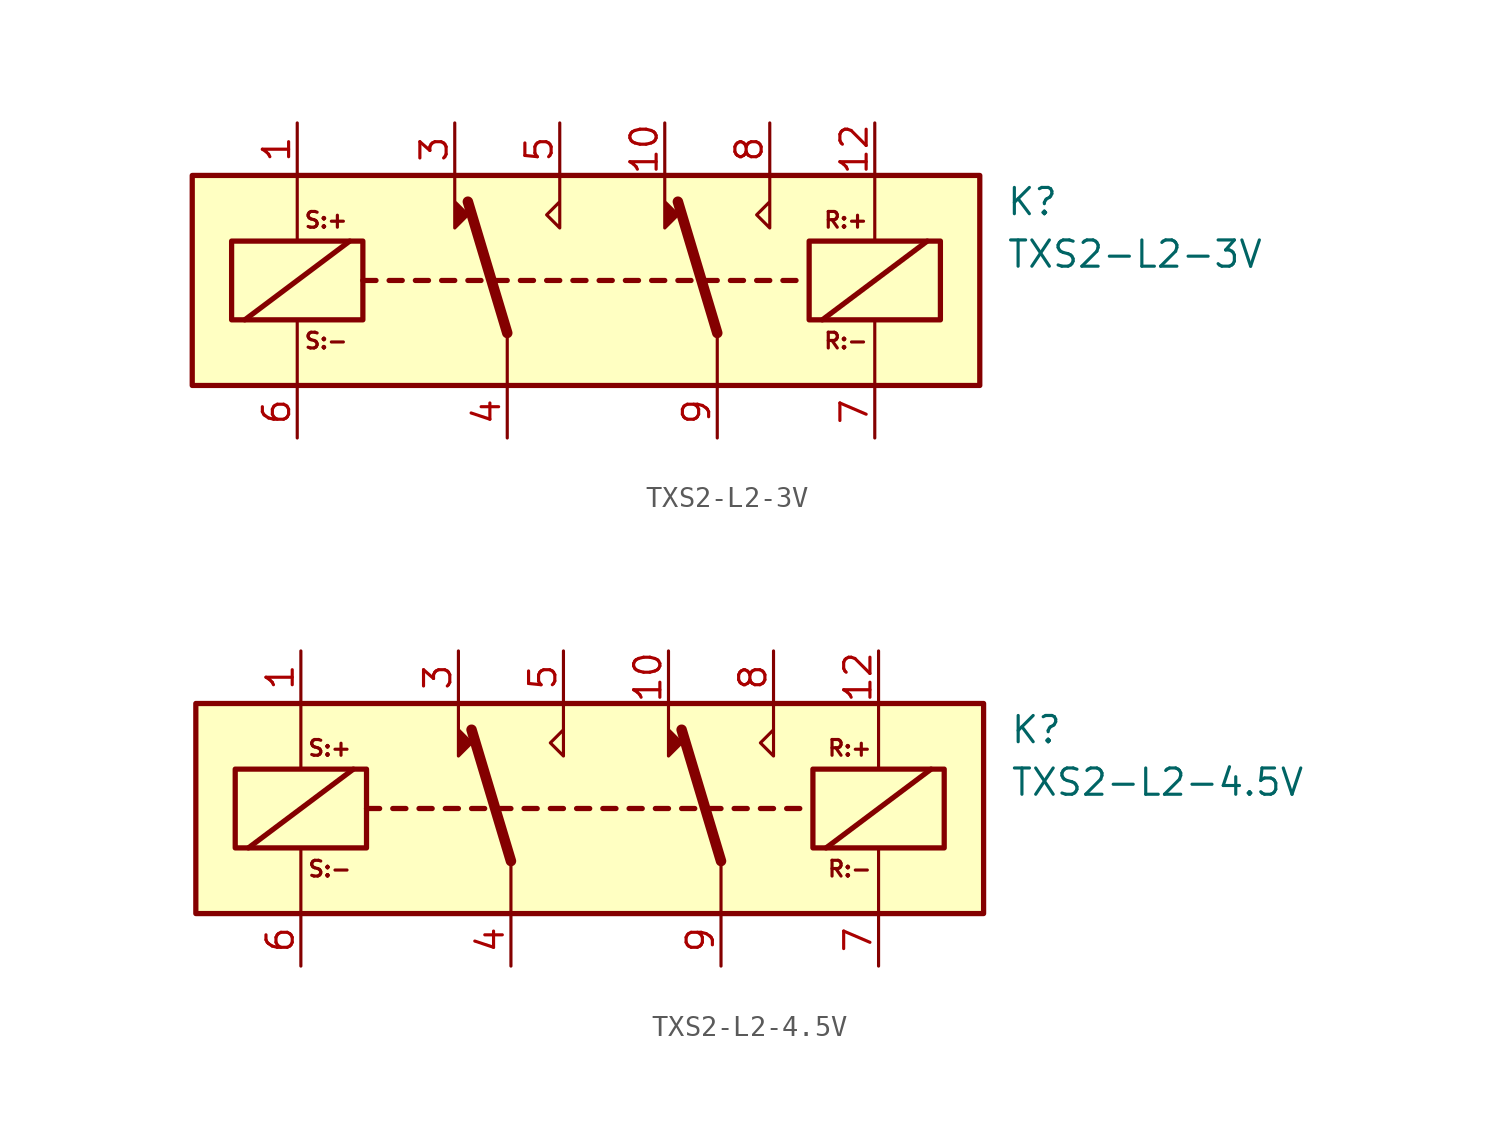
<source format=kicad_sym>
(kicad_symbol_lib
  (version 20211014)
  (generator kicad_symbol_editor)
  (symbol "TXS2-L2-3V"
    (property "Reference" "K"
      (at 21.59 3.81 0)
      (effects (font (size 1.27 1.27)) (justify left)))
    (property "Value" "TXS2-L2-3V"
      (at 21.59 1.27 0)
      (effects (font (size 1.27 1.27)) (justify left)))
    (symbol "TXS2-L2-3V_0_0"
      (text "R:+" (at 13.843 2.921 0) (effects (font (size 0.762 0.762))))
      (text "R:-" (at 13.843 -2.921 0) (effects (font (size 0.762 0.762))))
      (text "S:+" (at -11.303 2.921 0) (effects (font (size 0.762 0.762))))
      (text "S:-" (at -11.303 -2.921 0) (effects (font (size 0.762 0.762)))))
    (symbol "TXS2-L2-3V_0_1"
      (rectangle (start -17.78 5.08) (end 20.32 -5.08) (stroke (width 0.254) (type default) (color 0 0 0 0)) (fill (type background)))
      (rectangle (start -15.875 1.905) (end -9.525 -1.905) (stroke (width 0.254) (type default) (color 0 0 0 0)) (fill (type none)))
      (polyline (pts (xy -15.24 -1.905) (xy -10.16 1.905)) (stroke (width 0.254) (type default) (color 0 0 0 0)) (fill (type none)))
      (polyline (pts (xy -12.7 -5.08) (xy -12.7 -1.905)) (stroke (width 0) (type default) (color 0 0 0 0)) (fill (type none)))
      (polyline (pts (xy -12.7 5.08) (xy -12.7 1.905)) (stroke (width 0) (type default) (color 0 0 0 0)) (fill (type none)))
      (polyline (pts (xy -9.525 0) (xy -8.89 0)) (stroke (width 0.254) (type default) (color 0 0 0 0)) (fill (type none)))
      (polyline (pts (xy -8.255 0) (xy -7.62 0)) (stroke (width 0.254) (type default) (color 0 0 0 0)) (fill (type none)))
      (polyline (pts (xy -6.985 0) (xy -6.35 0)) (stroke (width 0.254) (type default) (color 0 0 0 0)) (fill (type none)))
      (polyline (pts (xy -5.715 0) (xy -5.08 0)) (stroke (width 0.254) (type default) (color 0 0 0 0)) (fill (type none)))
      (polyline (pts (xy -4.445 0) (xy -3.81 0)) (stroke (width 0.254) (type default) (color 0 0 0 0)) (fill (type none)))
      (polyline (pts (xy -3.175 0) (xy -2.54 0)) (stroke (width 0.254) (type default) (color 0 0 0 0)) (fill (type none)))
      (polyline (pts (xy -2.54 -2.54) (xy -4.445 3.81)) (stroke (width 0.508) (type default) (color 0 0 0 0)) (fill (type none)))
      (polyline (pts (xy -2.54 -2.54) (xy -2.54 -5.08)) (stroke (width 0) (type default) (color 0 0 0 0)) (fill (type none)))
      (polyline (pts (xy -1.905 0) (xy -1.27 0)) (stroke (width 0.254) (type default) (color 0 0 0 0)) (fill (type none)))
      (polyline (pts (xy -0.635 0) (xy 0 0)) (stroke (width 0.254) (type default) (color 0 0 0 0)) (fill (type none)))
      (polyline (pts (xy 0.635 0) (xy 1.27 0)) (stroke (width 0.254) (type default) (color 0 0 0 0)) (fill (type none)))
      (polyline (pts (xy 1.905 0) (xy 2.54 0)) (stroke (width 0.254) (type default) (color 0 0 0 0)) (fill (type none)))
      (polyline (pts (xy 3.175 0) (xy 3.81 0)) (stroke (width 0.254) (type default) (color 0 0 0 0)) (fill (type none)))
      (polyline (pts (xy 4.445 0) (xy 5.08 0)) (stroke (width 0.254) (type default) (color 0 0 0 0)) (fill (type none)))
      (polyline (pts (xy 5.715 0) (xy 6.35 0)) (stroke (width 0.254) (type default) (color 0 0 0 0)) (fill (type none)))
      (polyline (pts (xy 6.985 0) (xy 7.62 0)) (stroke (width 0.254) (type default) (color 0 0 0 0)) (fill (type none)))
      (polyline (pts (xy 7.62 -2.54) (xy 5.715 3.81)) (stroke (width 0.508) (type default) (color 0 0 0 0)) (fill (type none)))
      (polyline (pts (xy 7.62 -2.54) (xy 7.62 -5.08)) (stroke (width 0) (type default) (color 0 0 0 0)) (fill (type none)))
      (polyline (pts (xy 8.255 0) (xy 8.89 0)) (stroke (width 0.254) (type default) (color 0 0 0 0)) (fill (type none)))
      (polyline (pts (xy 9.525 0) (xy 10.16 0)) (stroke (width 0.254) (type default) (color 0 0 0 0)) (fill (type none)))
      (polyline (pts (xy 10.795 0) (xy 11.43 0)) (stroke (width 0.254) (type default) (color 0 0 0 0)) (fill (type none)))
      (polyline (pts (xy 12.7 -1.905) (xy 17.78 1.905)) (stroke (width 0.254) (type default) (color 0 0 0 0)) (fill (type none)))
      (polyline (pts (xy 15.24 -5.08) (xy 15.24 -1.905)) (stroke (width 0) (type default) (color 0 0 0 0)) (fill (type none)))
      (polyline (pts (xy 15.24 5.08) (xy 15.24 1.905)) (stroke (width 0) (type default) (color 0 0 0 0)) (fill (type none)))
      (polyline (pts (xy -5.08 5.08) (xy -5.08 2.54) (xy -4.445 3.175) (xy -5.08 3.81)) (stroke (width 0) (type default) (color 0 0 0 0)) (fill (type outline)))
      (polyline (pts (xy 0 5.08) (xy 0 2.54) (xy -0.635 3.175) (xy 0 3.81)) (stroke (width 0) (type default) (color 0 0 0 0)) (fill (type none)))
      (polyline (pts (xy 5.08 5.08) (xy 5.08 2.54) (xy 5.715 3.175) (xy 5.08 3.81)) (stroke (width 0) (type default) (color 0 0 0 0)) (fill (type outline)))
      (polyline (pts (xy 10.16 5.08) (xy 10.16 2.54) (xy 9.525 3.175) (xy 10.16 3.81)) (stroke (width 0) (type default) (color 0 0 0 0)) (fill (type none)))
      (rectangle (start 12.065 1.905) (end 18.415 -1.905) (stroke (width 0.254) (type default) (color 0 0 0 0)) (fill (type none))))
    (symbol "TXS2-L2-3V_1_1"
      (pin passive line (at -12.7 7.62 270) (length 2.54) (name "~" (effects (font (size 1.27 1.27)))) (number "1" (effects (font (size 1.27 1.27)))))
      (pin passive line (at 5.08 7.62 270) (length 2.54) (name "~" (effects (font (size 1.27 1.27)))) (number "10" (effects (font (size 1.27 1.27)))))
      (pin passive line (at 15.24 7.62 270) (length 2.54) (name "~" (effects (font (size 1.27 1.27)))) (number "12" (effects (font (size 1.27 1.27)))))
      (pin passive line (at -5.08 7.62 270) (length 2.54) (name "~" (effects (font (size 1.27 1.27)))) (number "3" (effects (font (size 1.27 1.27)))))
      (pin passive line (at -2.54 -7.62 90) (length 2.54) (name "~" (effects (font (size 1.27 1.27)))) (number "4" (effects (font (size 1.27 1.27)))))
      (pin passive line (at 0 7.62 270) (length 2.54) (name "~" (effects (font (size 1.27 1.27)))) (number "5" (effects (font (size 1.27 1.27)))))
      (pin passive line (at -12.7 -7.62 90) (length 2.54) (name "~" (effects (font (size 1.27 1.27)))) (number "6" (effects (font (size 1.27 1.27)))))
      (pin passive line (at 15.24 -7.62 90) (length 2.54) (name "~" (effects (font (size 1.27 1.27)))) (number "7" (effects (font (size 1.27 1.27)))))
      (pin passive line (at 10.16 7.62 270) (length 2.54) (name "~" (effects (font (size 1.27 1.27)))) (number "8" (effects (font (size 1.27 1.27)))))
      (pin passive line (at 7.62 -7.62 90) (length 2.54) (name "~" (effects (font (size 1.27 1.27)))) (number "9" (effects (font (size 1.27 1.27)))))))
  (symbol "TXS2-L2-4.5V"
    (property "Reference" "K"
      (at 21.59 3.81 0)
      (effects (font (size 1.27 1.27)) (justify left)))
    (property "Value" "TXS2-L2-4.5V"
      (at 21.59 1.27 0)
      (effects (font (size 1.27 1.27)) (justify left)))
    (symbol "TXS2-L2-4.5V_0_0"
      (text "R:+" (at 13.843 2.921 0) (effects (font (size 0.762 0.762))))
      (text "R:-" (at 13.843 -2.921 0) (effects (font (size 0.762 0.762))))
      (text "S:+" (at -11.303 2.921 0) (effects (font (size 0.762 0.762))))
      (text "S:-" (at -11.303 -2.921 0) (effects (font (size 0.762 0.762)))))
    (symbol "TXS2-L2-4.5V_0_1"
      (rectangle (start -17.78 5.08) (end 20.32 -5.08) (stroke (width 0.254) (type default) (color 0 0 0 0)) (fill (type background)))
      (rectangle (start -15.875 1.905) (end -9.525 -1.905) (stroke (width 0.254) (type default) (color 0 0 0 0)) (fill (type none)))
      (polyline (pts (xy -15.24 -1.905) (xy -10.16 1.905)) (stroke (width 0.254) (type default) (color 0 0 0 0)) (fill (type none)))
      (polyline (pts (xy -12.7 -5.08) (xy -12.7 -1.905)) (stroke (width 0) (type default) (color 0 0 0 0)) (fill (type none)))
      (polyline (pts (xy -12.7 5.08) (xy -12.7 1.905)) (stroke (width 0) (type default) (color 0 0 0 0)) (fill (type none)))
      (polyline (pts (xy -9.525 0) (xy -8.89 0)) (stroke (width 0.254) (type default) (color 0 0 0 0)) (fill (type none)))
      (polyline (pts (xy -8.255 0) (xy -7.62 0)) (stroke (width 0.254) (type default) (color 0 0 0 0)) (fill (type none)))
      (polyline (pts (xy -6.985 0) (xy -6.35 0)) (stroke (width 0.254) (type default) (color 0 0 0 0)) (fill (type none)))
      (polyline (pts (xy -5.715 0) (xy -5.08 0)) (stroke (width 0.254) (type default) (color 0 0 0 0)) (fill (type none)))
      (polyline (pts (xy -4.445 0) (xy -3.81 0)) (stroke (width 0.254) (type default) (color 0 0 0 0)) (fill (type none)))
      (polyline (pts (xy -3.175 0) (xy -2.54 0)) (stroke (width 0.254) (type default) (color 0 0 0 0)) (fill (type none)))
      (polyline (pts (xy -2.54 -2.54) (xy -4.445 3.81)) (stroke (width 0.508) (type default) (color 0 0 0 0)) (fill (type none)))
      (polyline (pts (xy -2.54 -2.54) (xy -2.54 -5.08)) (stroke (width 0) (type default) (color 0 0 0 0)) (fill (type none)))
      (polyline (pts (xy -1.905 0) (xy -1.27 0)) (stroke (width 0.254) (type default) (color 0 0 0 0)) (fill (type none)))
      (polyline (pts (xy -0.635 0) (xy 0 0)) (stroke (width 0.254) (type default) (color 0 0 0 0)) (fill (type none)))
      (polyline (pts (xy 0.635 0) (xy 1.27 0)) (stroke (width 0.254) (type default) (color 0 0 0 0)) (fill (type none)))
      (polyline (pts (xy 1.905 0) (xy 2.54 0)) (stroke (width 0.254) (type default) (color 0 0 0 0)) (fill (type none)))
      (polyline (pts (xy 3.175 0) (xy 3.81 0)) (stroke (width 0.254) (type default) (color 0 0 0 0)) (fill (type none)))
      (polyline (pts (xy 4.445 0) (xy 5.08 0)) (stroke (width 0.254) (type default) (color 0 0 0 0)) (fill (type none)))
      (polyline (pts (xy 5.715 0) (xy 6.35 0)) (stroke (width 0.254) (type default) (color 0 0 0 0)) (fill (type none)))
      (polyline (pts (xy 6.985 0) (xy 7.62 0)) (stroke (width 0.254) (type default) (color 0 0 0 0)) (fill (type none)))
      (polyline (pts (xy 7.62 -2.54) (xy 5.715 3.81)) (stroke (width 0.508) (type default) (color 0 0 0 0)) (fill (type none)))
      (polyline (pts (xy 7.62 -2.54) (xy 7.62 -5.08)) (stroke (width 0) (type default) (color 0 0 0 0)) (fill (type none)))
      (polyline (pts (xy 8.255 0) (xy 8.89 0)) (stroke (width 0.254) (type default) (color 0 0 0 0)) (fill (type none)))
      (polyline (pts (xy 9.525 0) (xy 10.16 0)) (stroke (width 0.254) (type default) (color 0 0 0 0)) (fill (type none)))
      (polyline (pts (xy 10.795 0) (xy 11.43 0)) (stroke (width 0.254) (type default) (color 0 0 0 0)) (fill (type none)))
      (polyline (pts (xy 12.7 -1.905) (xy 17.78 1.905)) (stroke (width 0.254) (type default) (color 0 0 0 0)) (fill (type none)))
      (polyline (pts (xy 15.24 -5.08) (xy 15.24 -1.905)) (stroke (width 0) (type default) (color 0 0 0 0)) (fill (type none)))
      (polyline (pts (xy 15.24 5.08) (xy 15.24 1.905)) (stroke (width 0) (type default) (color 0 0 0 0)) (fill (type none)))
      (polyline (pts (xy -5.08 5.08) (xy -5.08 2.54) (xy -4.445 3.175) (xy -5.08 3.81)) (stroke (width 0) (type default) (color 0 0 0 0)) (fill (type outline)))
      (polyline (pts (xy 0 5.08) (xy 0 2.54) (xy -0.635 3.175) (xy 0 3.81)) (stroke (width 0) (type default) (color 0 0 0 0)) (fill (type none)))
      (polyline (pts (xy 5.08 5.08) (xy 5.08 2.54) (xy 5.715 3.175) (xy 5.08 3.81)) (stroke (width 0) (type default) (color 0 0 0 0)) (fill (type outline)))
      (polyline (pts (xy 10.16 5.08) (xy 10.16 2.54) (xy 9.525 3.175) (xy 10.16 3.81)) (stroke (width 0) (type default) (color 0 0 0 0)) (fill (type none)))
      (rectangle (start 12.065 1.905) (end 18.415 -1.905) (stroke (width 0.254) (type default) (color 0 0 0 0)) (fill (type none))))
    (symbol "TXS2-L2-4.5V_1_1"
      (pin passive line (at -12.7 7.62 270) (length 2.54) (name "~" (effects (font (size 1.27 1.27)))) (number "1" (effects (font (size 1.27 1.27)))))
      (pin passive line (at 5.08 7.62 270) (length 2.54) (name "~" (effects (font (size 1.27 1.27)))) (number "10" (effects (font (size 1.27 1.27)))))
      (pin passive line (at 15.24 7.62 270) (length 2.54) (name "~" (effects (font (size 1.27 1.27)))) (number "12" (effects (font (size 1.27 1.27)))))
      (pin passive line (at -5.08 7.62 270) (length 2.54) (name "~" (effects (font (size 1.27 1.27)))) (number "3" (effects (font (size 1.27 1.27)))))
      (pin passive line (at -2.54 -7.62 90) (length 2.54) (name "~" (effects (font (size 1.27 1.27)))) (number "4" (effects (font (size 1.27 1.27)))))
      (pin passive line (at 0 7.62 270) (length 2.54) (name "~" (effects (font (size 1.27 1.27)))) (number "5" (effects (font (size 1.27 1.27)))))
      (pin passive line (at -12.7 -7.62 90) (length 2.54) (name "~" (effects (font (size 1.27 1.27)))) (number "6" (effects (font (size 1.27 1.27)))))
      (pin passive line (at 15.24 -7.62 90) (length 2.54) (name "~" (effects (font (size 1.27 1.27)))) (number "7" (effects (font (size 1.27 1.27)))))
      (pin passive line (at 10.16 7.62 270) (length 2.54) (name "~" (effects (font (size 1.27 1.27)))) (number "8" (effects (font (size 1.27 1.27)))))
      (pin passive line (at 7.62 -7.62 90) (length 2.54) (name "~" (effects (font (size 1.27 1.27)))) (number "9" (effects (font (size 1.27 1.27))))))))
</source>
